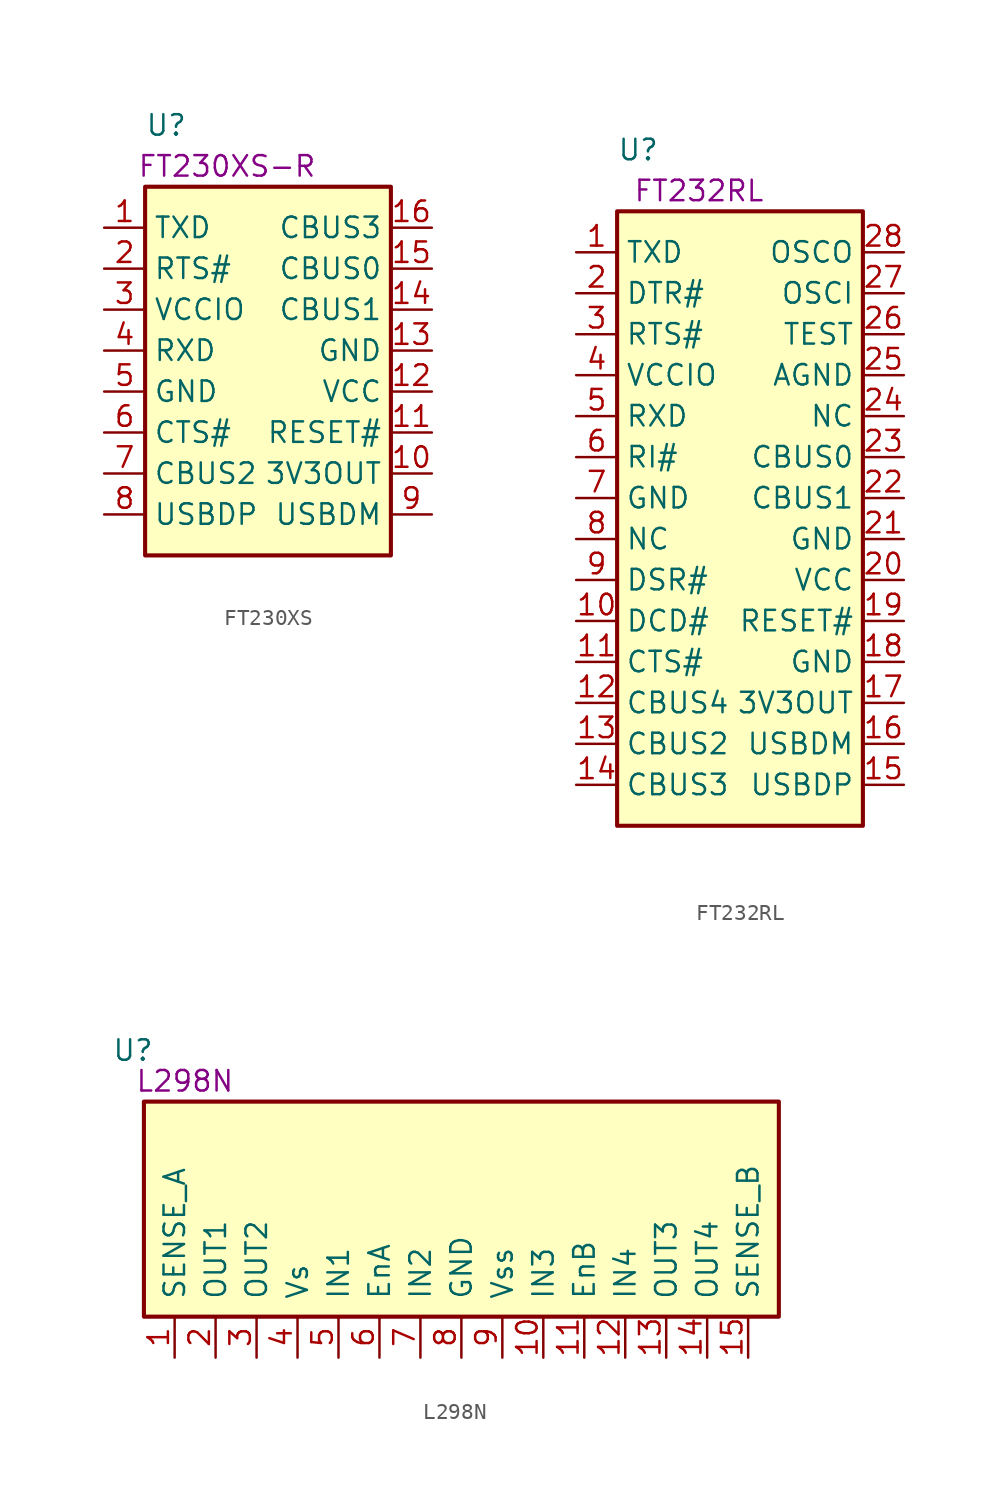
<source format=kicad_sym>
(kicad_symbol_lib
  (version 20211014)
  (generator kicad_symbol_editor)
  (symbol "FT230XS"
    (property "Reference" "U"
      (at -7.62 15.24 0)
      (effects (font (size 1.27 1.27)) (justify left)))
    (property "Comment" "FT230XS-R"
      (at -2.54 12.7 0)
      (effects (font (size 1.27 1.27))))
    (symbol "FT230XS_0_1"
      (rectangle (start -7.62 11.43) (end 7.62 -11.43) (stroke (width 0.254) (type default) (color 0 0 0 0)) (fill (type background))))
    (symbol "FT230XS_1_1"
      (pin output line (at -10.16 8.89 0) (length 2.54) (name "TXD" (effects (font (size 1.27 1.27)))) (number "1" (effects (font (size 1.27 1.27)))))
      (pin power_out line (at 10.16 -6.35 180) (length 2.54) (name "3V3OUT" (effects (font (size 1.27 1.27)))) (number "10" (effects (font (size 1.27 1.27)))))
      (pin input line (at 10.16 -3.81 180) (length 2.54) (name "RESET#" (effects (font (size 1.27 1.27)))) (number "11" (effects (font (size 1.27 1.27)))))
      (pin power_in line (at 10.16 -1.27 180) (length 2.54) (name "VCC" (effects (font (size 1.27 1.27)))) (number "12" (effects (font (size 1.27 1.27)))))
      (pin power_in line (at 10.16 1.27 180) (length 2.54) (name "GND" (effects (font (size 1.27 1.27)))) (number "13" (effects (font (size 1.27 1.27)))))
      (pin bidirectional line (at 10.16 3.81 180) (length 2.54) (name "CBUS1" (effects (font (size 1.27 1.27)))) (number "14" (effects (font (size 1.27 1.27)))))
      (pin bidirectional line (at 10.16 6.35 180) (length 2.54) (name "CBUS0" (effects (font (size 1.27 1.27)))) (number "15" (effects (font (size 1.27 1.27)))))
      (pin bidirectional line (at 10.16 8.89 180) (length 2.54) (name "CBUS3" (effects (font (size 1.27 1.27)))) (number "16" (effects (font (size 1.27 1.27)))))
      (pin output line (at -10.16 6.35 0) (length 2.54) (name "RTS#" (effects (font (size 1.27 1.27)))) (number "2" (effects (font (size 1.27 1.27)))))
      (pin power_in line (at -10.16 3.81 0) (length 2.54) (name "VCCIO" (effects (font (size 1.27 1.27)))) (number "3" (effects (font (size 1.27 1.27)))))
      (pin input line (at -10.16 1.27 0) (length 2.54) (name "RXD" (effects (font (size 1.27 1.27)))) (number "4" (effects (font (size 1.27 1.27)))))
      (pin power_in line (at -10.16 -1.27 0) (length 2.54) (name "GND" (effects (font (size 1.27 1.27)))) (number "5" (effects (font (size 1.27 1.27)))))
      (pin input line (at -10.16 -3.81 0) (length 2.54) (name "CTS#" (effects (font (size 1.27 1.27)))) (number "6" (effects (font (size 1.27 1.27)))))
      (pin bidirectional line (at -10.16 -6.35 0) (length 2.54) (name "CBUS2" (effects (font (size 1.27 1.27)))) (number "7" (effects (font (size 1.27 1.27)))))
      (pin bidirectional line (at -10.16 -8.89 0) (length 2.54) (name "USBDP" (effects (font (size 1.27 1.27)))) (number "8" (effects (font (size 1.27 1.27)))))
      (pin bidirectional line (at 10.16 -8.89 180) (length 2.54) (name "USBDM" (effects (font (size 1.27 1.27)))) (number "9" (effects (font (size 1.27 1.27)))))))
  (symbol "FT232RL"
    (property "Reference" "U"
      (at -7.62 15.24 0)
      (effects (font (size 1.27 1.27)) (justify left)))
    (property "Comment" "FT232RL"
      (at -2.54 12.7 0)
      (effects (font (size 1.27 1.27))))
    (symbol "FT232RL_0_1"
      (rectangle (start -7.62 11.43) (end 7.62 -26.67) (stroke (width 0.254) (type default) (color 0 0 0 0)) (fill (type background))))
    (symbol "FT232RL_1_1"
      (pin output line (at -10.16 8.89 0) (length 2.54) (name "TXD" (effects (font (size 1.27 1.27)))) (number "1" (effects (font (size 1.27 1.27)))))
      (pin input line (at -10.16 -13.97 0) (length 2.54) (name "DCD#" (effects (font (size 1.27 1.27)))) (number "10" (effects (font (size 1.27 1.27)))))
      (pin input line (at -10.16 -16.51 0) (length 2.54) (name "CTS#" (effects (font (size 1.27 1.27)))) (number "11" (effects (font (size 1.27 1.27)))))
      (pin bidirectional line (at -10.16 -19.05 0) (length 2.54) (name "CBUS4" (effects (font (size 1.27 1.27)))) (number "12" (effects (font (size 1.27 1.27)))))
      (pin bidirectional line (at -10.16 -21.59 0) (length 2.54) (name "CBUS2" (effects (font (size 1.27 1.27)))) (number "13" (effects (font (size 1.27 1.27)))))
      (pin bidirectional line (at -10.16 -24.13 0) (length 2.54) (name "CBUS3" (effects (font (size 1.27 1.27)))) (number "14" (effects (font (size 1.27 1.27)))))
      (pin passive line (at 10.16 -24.13 180) (length 2.54) (name "USBDP" (effects (font (size 1.27 1.27)))) (number "15" (effects (font (size 1.27 1.27)))))
      (pin passive line (at 10.16 -21.59 180) (length 2.54) (name "USBDM" (effects (font (size 1.27 1.27)))) (number "16" (effects (font (size 1.27 1.27)))))
      (pin power_out line (at 10.16 -19.05 180) (length 2.54) (name "3V3OUT" (effects (font (size 1.27 1.27)))) (number "17" (effects (font (size 1.27 1.27)))))
      (pin power_in line (at 10.16 -16.51 180) (length 2.54) (name "GND" (effects (font (size 1.27 1.27)))) (number "18" (effects (font (size 1.27 1.27)))))
      (pin input line (at 10.16 -13.97 180) (length 2.54) (name "RESET#" (effects (font (size 1.27 1.27)))) (number "19" (effects (font (size 1.27 1.27)))))
      (pin output line (at -10.16 6.35 0) (length 2.54) (name "DTR#" (effects (font (size 1.27 1.27)))) (number "2" (effects (font (size 1.27 1.27)))))
      (pin power_in line (at 10.16 -11.43 180) (length 2.54) (name "VCC" (effects (font (size 1.27 1.27)))) (number "20" (effects (font (size 1.27 1.27)))))
      (pin power_in line (at 10.16 -8.89 180) (length 2.54) (name "GND" (effects (font (size 1.27 1.27)))) (number "21" (effects (font (size 1.27 1.27)))))
      (pin bidirectional line (at 10.16 -6.35 180) (length 2.54) (name "CBUS1" (effects (font (size 1.27 1.27)))) (number "22" (effects (font (size 1.27 1.27)))))
      (pin bidirectional line (at 10.16 -3.81 180) (length 2.54) (name "CBUS0" (effects (font (size 1.27 1.27)))) (number "23" (effects (font (size 1.27 1.27)))))
      (pin passive line (at 10.16 -1.27 180) (length 2.54) (name "NC" (effects (font (size 1.27 1.27)))) (number "24" (effects (font (size 1.27 1.27)))))
      (pin power_in line (at 10.16 1.27 180) (length 2.54) (name "AGND" (effects (font (size 1.27 1.27)))) (number "25" (effects (font (size 1.27 1.27)))))
      (pin input line (at 10.16 3.81 180) (length 2.54) (name "TEST" (effects (font (size 1.27 1.27)))) (number "26" (effects (font (size 1.27 1.27)))))
      (pin input line (at 10.16 6.35 180) (length 2.54) (name "OSCI" (effects (font (size 1.27 1.27)))) (number "27" (effects (font (size 1.27 1.27)))))
      (pin output line (at 10.16 8.89 180) (length 2.54) (name "OSCO" (effects (font (size 1.27 1.27)))) (number "28" (effects (font (size 1.27 1.27)))))
      (pin output line (at -10.16 3.81 0) (length 2.54) (name "RTS#" (effects (font (size 1.27 1.27)))) (number "3" (effects (font (size 1.27 1.27)))))
      (pin power_in line (at -10.16 1.27 0) (length 2.54) (name "VCCIO" (effects (font (size 1.27 1.27)))) (number "4" (effects (font (size 1.27 1.27)))))
      (pin input line (at -10.16 -1.27 0) (length 2.54) (name "RXD" (effects (font (size 1.27 1.27)))) (number "5" (effects (font (size 1.27 1.27)))))
      (pin input line (at -10.16 -3.81 0) (length 2.54) (name "RI#" (effects (font (size 1.27 1.27)))) (number "6" (effects (font (size 1.27 1.27)))))
      (pin power_in line (at -10.16 -6.35 0) (length 2.54) (name "GND" (effects (font (size 1.27 1.27)))) (number "7" (effects (font (size 1.27 1.27)))))
      (pin passive line (at -10.16 -8.89 0) (length 2.54) (name "NC" (effects (font (size 1.27 1.27)))) (number "8" (effects (font (size 1.27 1.27)))))
      (pin input line (at -10.16 -11.43 0) (length 2.54) (name "DSR#" (effects (font (size 1.27 1.27)))) (number "9" (effects (font (size 1.27 1.27)))))))
  (symbol "L298N"
    (pin_names
      (offset 1.016))
    (property "Reference" "U"
      (at -19.05 8.89 0)
      (effects (font (size 1.27 1.27)) (justify right)))
    (property "Comment" "L298N"
      (at -17.145 6.985 0)
      (effects (font (size 1.27 1.27))))
    (symbol "L298N_0_1"
      (rectangle (start -19.685 5.715) (end 19.685 -7.62) (stroke (width 0.254) (type default) (color 0 0 0 0)) (fill (type background))))
    (symbol "L298N_1_1"
      (pin power_in line (at -17.78 -10.16 90) (length 2.54) (name "SENSE_A" (effects (font (size 1.27 1.27)))) (number "1" (effects (font (size 1.27 1.27)))))
      (pin input line (at 5.08 -10.16 90) (length 2.54) (name "IN3" (effects (font (size 1.27 1.27)))) (number "10" (effects (font (size 1.27 1.27)))))
      (pin input line (at 7.62 -10.16 90) (length 2.54) (name "EnB" (effects (font (size 1.27 1.27)))) (number "11" (effects (font (size 1.27 1.27)))))
      (pin input line (at 10.16 -10.16 90) (length 2.54) (name "IN4" (effects (font (size 1.27 1.27)))) (number "12" (effects (font (size 1.27 1.27)))))
      (pin output line (at 12.7 -10.16 90) (length 2.54) (name "OUT3" (effects (font (size 1.27 1.27)))) (number "13" (effects (font (size 1.27 1.27)))))
      (pin output line (at 15.24 -10.16 90) (length 2.54) (name "OUT4" (effects (font (size 1.27 1.27)))) (number "14" (effects (font (size 1.27 1.27)))))
      (pin power_in line (at 17.78 -10.16 90) (length 2.54) (name "SENSE_B" (effects (font (size 1.27 1.27)))) (number "15" (effects (font (size 1.27 1.27)))))
      (pin output line (at -15.24 -10.16 90) (length 2.54) (name "OUT1" (effects (font (size 1.27 1.27)))) (number "2" (effects (font (size 1.27 1.27)))))
      (pin output line (at -12.7 -10.16 90) (length 2.54) (name "OUT2" (effects (font (size 1.27 1.27)))) (number "3" (effects (font (size 1.27 1.27)))))
      (pin power_in line (at -10.16 -10.16 90) (length 2.54) (name "Vs" (effects (font (size 1.27 1.27)))) (number "4" (effects (font (size 1.27 1.27)))))
      (pin input line (at -7.62 -10.16 90) (length 2.54) (name "IN1" (effects (font (size 1.27 1.27)))) (number "5" (effects (font (size 1.27 1.27)))))
      (pin input line (at -5.08 -10.16 90) (length 2.54) (name "EnA" (effects (font (size 1.27 1.27)))) (number "6" (effects (font (size 1.27 1.27)))))
      (pin input line (at -2.54 -10.16 90) (length 2.54) (name "IN2" (effects (font (size 1.27 1.27)))) (number "7" (effects (font (size 1.27 1.27)))))
      (pin power_in line (at 0 -10.16 90) (length 2.54) (name "GND" (effects (font (size 1.27 1.27)))) (number "8" (effects (font (size 1.27 1.27)))))
      (pin power_in line (at 2.54 -10.16 90) (length 2.54) (name "Vss" (effects (font (size 1.27 1.27)))) (number "9" (effects (font (size 1.27 1.27))))))))
</source>
